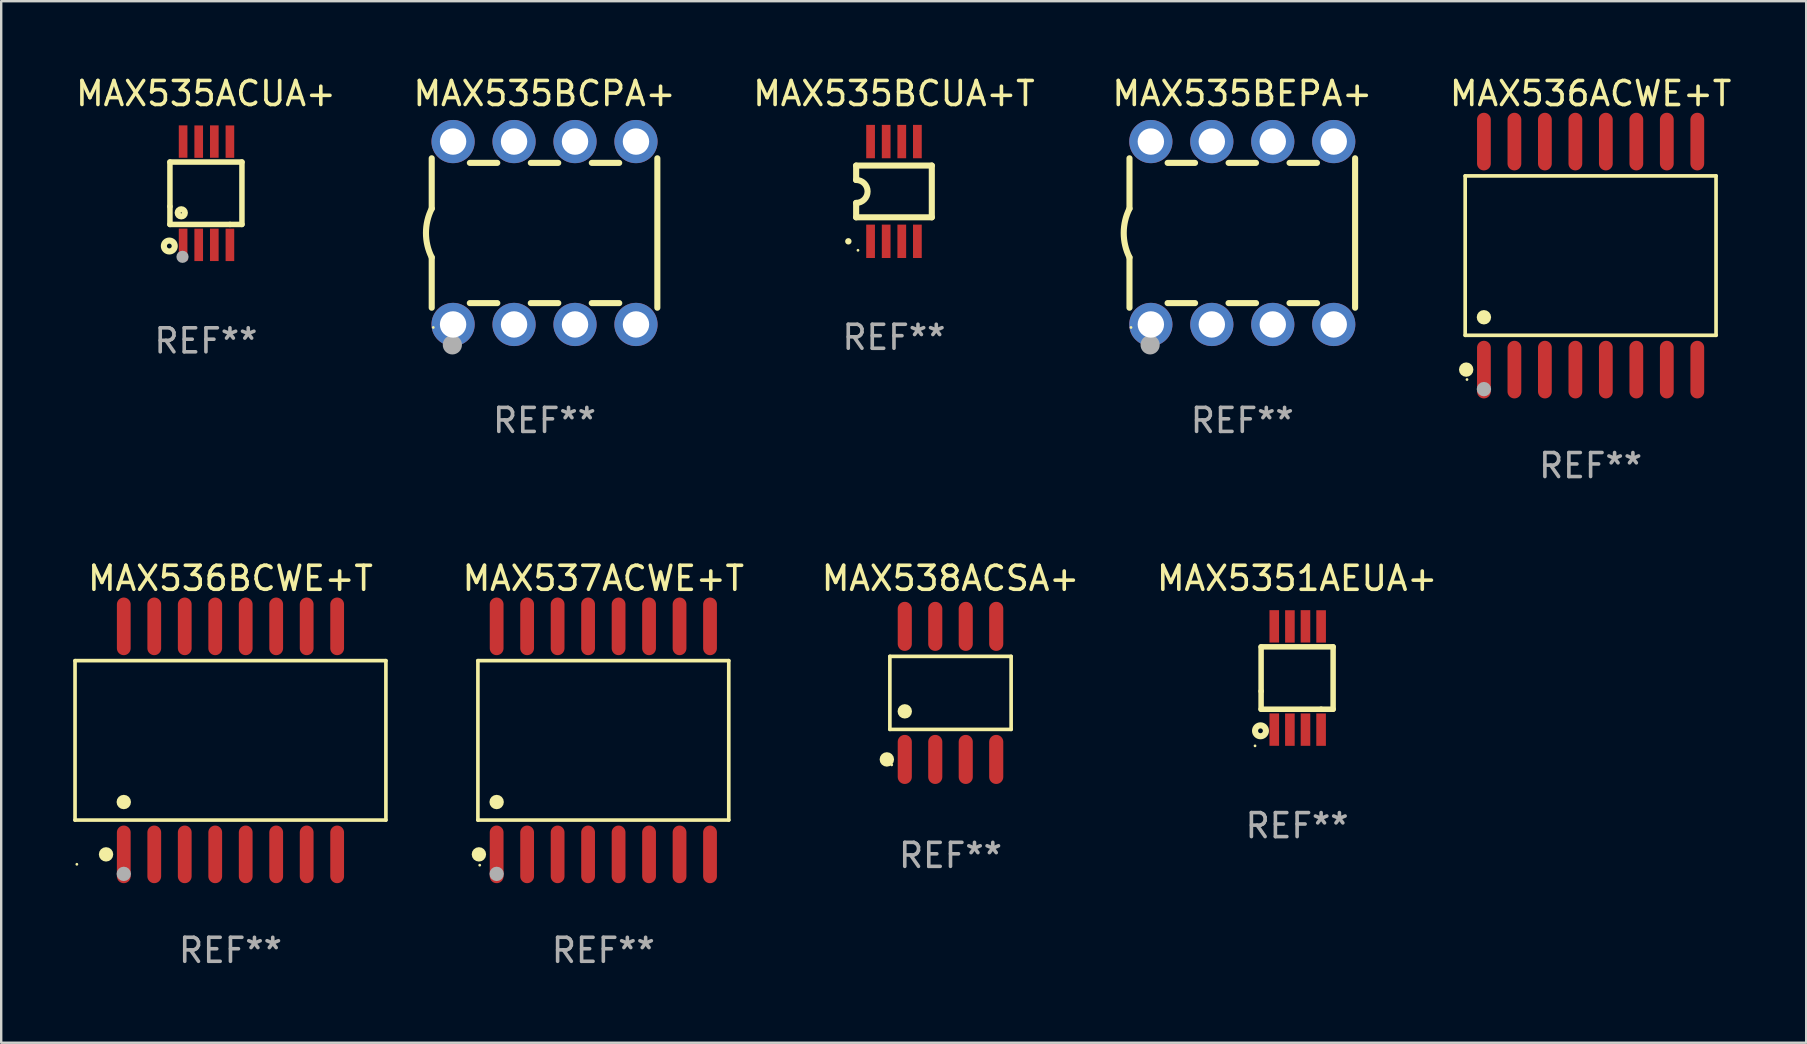
<source format=kicad_pcb>
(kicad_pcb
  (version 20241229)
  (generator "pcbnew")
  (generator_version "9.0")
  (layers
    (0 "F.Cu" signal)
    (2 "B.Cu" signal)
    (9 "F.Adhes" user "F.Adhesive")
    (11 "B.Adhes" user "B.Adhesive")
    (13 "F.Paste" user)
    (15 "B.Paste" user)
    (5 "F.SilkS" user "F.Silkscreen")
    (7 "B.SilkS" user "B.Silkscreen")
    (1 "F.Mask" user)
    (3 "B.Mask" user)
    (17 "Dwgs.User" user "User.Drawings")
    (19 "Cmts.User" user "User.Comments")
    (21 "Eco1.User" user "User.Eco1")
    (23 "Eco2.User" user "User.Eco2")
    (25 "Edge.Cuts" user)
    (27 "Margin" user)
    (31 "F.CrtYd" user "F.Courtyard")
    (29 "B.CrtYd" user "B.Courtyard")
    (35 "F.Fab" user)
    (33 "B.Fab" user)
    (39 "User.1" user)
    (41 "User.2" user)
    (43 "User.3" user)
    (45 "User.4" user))
  (footprint "MAX5351AEUA+"
    (layer "F.Cu")
    (at 50.992 25.198)
    (property "Reference" "MAX5351AEUA+" (at 0 -4.152 0) (layer "F.SilkS") (effects (font (size 1 1) (thickness 0.15))))
    (attr through_hole)
    (fp_line (start -1.5 1.301) (end 1 1.301) (stroke (width 0.229) (type solid)) (layer "F.SilkS"))
    (fp_line (start -1.5 -1.299) (end -1.5 0.551) (stroke (width 0.229) (type solid)) (layer "F.SilkS"))
    (fp_line (start -1.5 0.551) (end -1.5 1.301) (stroke (width 0.229) (type solid)) (layer "F.SilkS"))
    (fp_line (start 1 1.301) (end 1.5 1.301) (stroke (width 0.229) (type solid)) (layer "F.SilkS"))
    (fp_line (start 1.5 1.301) (end 1.5 -1.299) (stroke (width 0.229) (type solid)) (layer "F.SilkS"))
    (fp_line (start 1.5 -1.299) (end -1.5 -1.299) (stroke (width 0.229) (type solid)) (layer "F.SilkS"))
    (fp_circle (center -1.753 2.827) (end -1.723 2.827) (stroke (width 0.06) (type solid)) (fill no) (layer "F.SilkS"))
    (fp_circle (center -1.526 2.2) (end -1.426 2.2) (stroke (width 0.254) (type solid)) (fill no) (layer "F.SilkS"))
    (fp_text user "REF**" (at 0 6.152 0) (layer "F.Fab") (effects (font (size 1 1) (thickness 0.15))))
    (pad "1" smd rect (at -0.951 2.15) (size 0.4 1.349) (layers "F.Cu" "F.Mask" "F.Paste"))
    (pad "2" smd rect (at -0.301 2.152) (size 0.4 1.349) (layers "F.Cu" "F.Mask" "F.Paste"))
    (pad "3" smd rect (at 0.349 2.151) (size 0.4 1.349) (layers "F.Cu" "F.Mask" "F.Paste"))
    (pad "4" smd rect (at 0.999 2.152) (size 0.4 1.349) (layers "F.Cu" "F.Mask" "F.Paste"))
    (pad "5" smd rect (at 1 -2.149) (size 0.4 1.349) (layers "F.Cu" "F.Mask" "F.Paste"))
    (pad "6" smd rect (at 0.348 -2.152) (size 0.4 1.349) (layers "F.Cu" "F.Mask" "F.Paste"))
    (pad "7" smd rect (at -0.3 -2.149) (size 0.4 1.349) (layers "F.Cu" "F.Mask" "F.Paste"))
    (pad "8" smd rect (at -0.952 -2.152) (size 0.4 1.349) (layers "F.Cu" "F.Mask" "F.Paste")))
  (footprint "MAX536BCWE+T"
    (layer "F.Cu")
    (at 6.552 27.796)
    (property "Reference" "MAX536BCWE+T" (at 0 -6.75 0) (layer "F.SilkS") (effects (font (size 1 1) (thickness 0.15))))
    (attr through_hole)
    (fp_line (start -6.476 -3.321) (end 6.476 -3.321) (stroke (width 0.152) (type solid)) (layer "F.SilkS"))
    (fp_line (start -6.476 3.321) (end -6.476 -3.321) (stroke (width 0.152) (type solid)) (layer "F.SilkS"))
    (fp_line (start 6.476 -3.321) (end 6.476 3.321) (stroke (width 0.152) (type solid)) (layer "F.SilkS"))
    (fp_line (start 6.476 3.321) (end -6.476 3.321) (stroke (width 0.152) (type solid)) (layer "F.SilkS"))
    (fp_circle (center -6.4 5.163) (end -6.37 5.163) (stroke (width 0.06) (type solid)) (fill no) (layer "F.SilkS"))
    (fp_circle (center -5.184 4.75) (end -5.034 4.75) (stroke (width 0.3) (type solid)) (fill no) (layer "F.SilkS"))
    (fp_circle (center -4.445 2.569) (end -4.295 2.569) (stroke (width 0.3) (type solid)) (fill no) (layer "F.SilkS"))
    (fp_circle (center -4.445 5.563) (end -4.295 5.563) (stroke (width 0.3) (type solid)) (fill no) (layer "F.Fab"))
    (fp_text user "REF**" (at 0 8.75 0) (layer "F.Fab") (effects (font (size 1 1) (thickness 0.15))))
    (pad "1" smd oval (at -4.445 4.75) (size 0.574 2.401) (layers "F.Cu" "F.Mask" "F.Paste"))
    (pad "2" smd oval (at -3.175 4.75) (size 0.574 2.401) (layers "F.Cu" "F.Mask" "F.Paste"))
    (pad "3" smd oval (at -1.905 4.75) (size 0.574 2.401) (layers "F.Cu" "F.Mask" "F.Paste"))
    (pad "4" smd oval (at -0.635 4.75) (size 0.574 2.401) (layers "F.Cu" "F.Mask" "F.Paste"))
    (pad "5" smd oval (at 0.635 4.75) (size 0.574 2.401) (layers "F.Cu" "F.Mask" "F.Paste"))
    (pad "6" smd oval (at 1.905 4.75) (size 0.574 2.401) (layers "F.Cu" "F.Mask" "F.Paste"))
    (pad "7" smd oval (at 3.175 4.75) (size 0.574 2.401) (layers "F.Cu" "F.Mask" "F.Paste"))
    (pad "8" smd oval (at 4.445 4.75) (size 0.574 2.401) (layers "F.Cu" "F.Mask" "F.Paste"))
    (pad "9" smd oval (at 4.445 -4.75) (size 0.574 2.401) (layers "F.Cu" "F.Mask" "F.Paste"))
    (pad "10" smd oval (at 3.175 -4.75) (size 0.574 2.401) (layers "F.Cu" "F.Mask" "F.Paste"))
    (pad "11" smd oval (at 1.905 -4.75) (size 0.574 2.401) (layers "F.Cu" "F.Mask" "F.Paste"))
    (pad "12" smd oval (at 0.635 -4.75) (size 0.574 2.401) (layers "F.Cu" "F.Mask" "F.Paste"))
    (pad "13" smd oval (at -0.635 -4.75) (size 0.574 2.401) (layers "F.Cu" "F.Mask" "F.Paste"))
    (pad "14" smd oval (at -1.905 -4.75) (size 0.574 2.401) (layers "F.Cu" "F.Mask" "F.Paste"))
    (pad "15" smd oval (at -3.175 -4.75) (size 0.574 2.401) (layers "F.Cu" "F.Mask" "F.Paste"))
    (pad "16" smd oval (at -4.445 -4.75) (size 0.574 2.401) (layers "F.Cu" "F.Mask" "F.Paste")))
  (footprint "MAX535BCUA+T"
    (layer "F.Cu")
    (at 34.196 4.926)
    (property "Reference" "MAX535BCUA+T" (at 0 -4.078 0) (layer "F.SilkS") (effects (font (size 1 1) (thickness 0.15))))
    (attr through_hole)
    (fp_line (start -1.576 -1.078) (end -1.576 -0.478) (stroke (width 0.254) (type solid)) (layer "F.SilkS"))
    (fp_line (start -1.576 -1.078) (end 1.576 -1.078) (stroke (width 0.254) (type solid)) (layer "F.SilkS"))
    (fp_line (start -1.576 1.078) (end -1.576 0.478) (stroke (width 0.254) (type solid)) (layer "F.SilkS"))
    (fp_line (start 1.576 -1.078) (end 1.576 1.078) (stroke (width 0.254) (type solid)) (layer "F.SilkS"))
    (fp_line (start 1.576 1.078) (end -1.576 1.078) (stroke (width 0.254) (type solid)) (layer "F.SilkS"))
    (fp_arc (start -1.577343 -0.47752) (mid -1.099721 -0.000481) (end -1.5762 0.477699) (stroke (width 0.254001) (type solid)) (layer "F.SilkS"))
    (fp_circle (center -1.901 2.078) (end -1.834 2.078) (stroke (width 0.134) (type solid)) (fill no) (layer "F.SilkS"))
    (fp_circle (center -1.5 2.452) (end -1.47 2.452) (stroke (width 0.06) (type solid)) (fill no) (layer "F.SilkS"))
    (fp_text user "REF**" (at 0 6.078 0) (layer "F.Fab") (effects (font (size 1 1) (thickness 0.15))))
    (pad "1" smd rect (at -0.975 2.078) (size 0.364 1.391) (layers "F.Cu" "F.Mask" "F.Paste"))
    (pad "2" smd rect (at -0.325 2.078) (size 0.364 1.391) (layers "F.Cu" "F.Mask" "F.Paste"))
    (pad "3" smd rect (at 0.325 2.078) (size 0.364 1.391) (layers "F.Cu" "F.Mask" "F.Paste"))
    (pad "4" smd rect (at 0.975 2.078) (size 0.364 1.391) (layers "F.Cu" "F.Mask" "F.Paste"))
    (pad "5" smd rect (at 0.975 -2.078) (size 0.364 1.391) (layers "F.Cu" "F.Mask" "F.Paste"))
    (pad "6" smd rect (at 0.325 -2.078) (size 0.364 1.391) (layers "F.Cu" "F.Mask" "F.Paste"))
    (pad "7" smd rect (at -0.325 -2.078) (size 0.364 1.391) (layers "F.Cu" "F.Mask" "F.Paste"))
    (pad "8" smd rect (at -0.975 -2.078) (size 0.364 1.391) (layers "F.Cu" "F.Mask" "F.Paste")))
  (footprint "MAX535BEPA+"
    (layer "F.Cu")
    (at 48.708 6.658)
    (property "Reference" "MAX535BEPA+" (at 0 -5.81 0) (layer "F.SilkS") (effects (font (size 1 1) (thickness 0.15))))
    (attr through_hole)
    (fp_line (start -4.7 -1.017) (end -4.7 -3.113) (stroke (width 0.254) (type solid)) (layer "F.SilkS"))
    (fp_line (start -4.7 1.015) (end -4.7 3.113) (stroke (width 0.254) (type solid)) (layer "F.SilkS"))
    (fp_line (start -3.113 2.92) (end -1.967 2.92) (stroke (width 0.254) (type solid)) (layer "F.SilkS"))
    (fp_line (start -3.111 -2.922) (end -1.969 -2.922) (stroke (width 0.254) (type solid)) (layer "F.SilkS"))
    (fp_line (start -0.573 2.92) (end 0.573 2.92) (stroke (width 0.254) (type solid)) (layer "F.SilkS"))
    (fp_line (start -0.571 -2.922) (end 0.571 -2.922) (stroke (width 0.254) (type solid)) (layer "F.SilkS"))
    (fp_line (start 1.967 2.92) (end 3.113 2.92) (stroke (width 0.254) (type solid)) (layer "F.SilkS"))
    (fp_line (start 1.969 -2.922) (end 3.111 -2.922) (stroke (width 0.254) (type solid)) (layer "F.SilkS"))
    (fp_line (start 4.7 -3.113) (end 4.7 3.113) (stroke (width 0.254) (type solid)) (layer "F.SilkS"))
    (fp_arc (start -4.7 1.01524) (mid -4.939846 -0.000762) (end -4.7 -1.016764) (stroke (width 0.254001) (type solid)) (layer "F.SilkS"))
    (fp_circle (center -4.636 3.935) (end -4.606 3.935) (stroke (width 0.06) (type solid)) (fill no) (layer "F.SilkS"))
    (fp_circle (center -3.84 4.66) (end -3.64 4.66) (stroke (width 0.4) (type solid)) (fill no) (layer "F.Fab"))
    (fp_text user "REF**" (at 0 7.81 0) (layer "F.Fab") (effects (font (size 1 1) (thickness 0.15))))
    (pad "1" thru_hole circle (at -3.81 3.81) (size 1.8 1.8) (drill 1.1) (layers "*.Cu" "*.Mask"))
    (pad "2" thru_hole circle (at -1.27 3.81) (size 1.8 1.8) (drill 1.1) (layers "*.Cu" "*.Mask"))
    (pad "3" thru_hole circle (at 1.27 3.81) (size 1.8 1.8) (drill 1.1) (layers "*.Cu" "*.Mask"))
    (pad "4" thru_hole circle (at 3.81 3.81) (size 1.8 1.8) (drill 1.1) (layers "*.Cu" "*.Mask"))
    (pad "5" thru_hole circle (at 3.81 -3.81) (size 1.8 1.8) (drill 1.1) (layers "*.Cu" "*.Mask"))
    (pad "6" thru_hole circle (at 1.27 -3.81) (size 1.8 1.8) (drill 1.1) (layers "*.Cu" "*.Mask"))
    (pad "7" thru_hole circle (at -1.27 -3.81) (size 1.8 1.8) (drill 1.1) (layers "*.Cu" "*.Mask"))
    (pad "8" thru_hole circle (at -3.81 -3.81) (size 1.8 1.8) (drill 1.1) (layers "*.Cu" "*.Mask")))
  (footprint "MAX535BCPA+"
    (layer "F.Cu")
    (at 19.637 6.658)
    (property "Reference" "MAX535BCPA+" (at 0 -5.81 0) (layer "F.SilkS") (effects (font (size 1 1) (thickness 0.15))))
    (attr through_hole)
    (fp_line (start -4.7 -1.017) (end -4.7 -3.113) (stroke (width 0.254) (type solid)) (layer "F.SilkS"))
    (fp_line (start -4.7 1.015) (end -4.7 3.113) (stroke (width 0.254) (type solid)) (layer "F.SilkS"))
    (fp_line (start -3.113 2.92) (end -1.967 2.92) (stroke (width 0.254) (type solid)) (layer "F.SilkS"))
    (fp_line (start -3.111 -2.922) (end -1.969 -2.922) (stroke (width 0.254) (type solid)) (layer "F.SilkS"))
    (fp_line (start -0.573 2.92) (end 0.573 2.92) (stroke (width 0.254) (type solid)) (layer "F.SilkS"))
    (fp_line (start -0.571 -2.922) (end 0.571 -2.922) (stroke (width 0.254) (type solid)) (layer "F.SilkS"))
    (fp_line (start 1.967 2.92) (end 3.113 2.92) (stroke (width 0.254) (type solid)) (layer "F.SilkS"))
    (fp_line (start 1.969 -2.922) (end 3.111 -2.922) (stroke (width 0.254) (type solid)) (layer "F.SilkS"))
    (fp_line (start 4.7 -3.113) (end 4.7 3.113) (stroke (width 0.254) (type solid)) (layer "F.SilkS"))
    (fp_arc (start -4.7 1.01524) (mid -4.939846 -0.000762) (end -4.7 -1.016764) (stroke (width 0.254001) (type solid)) (layer "F.SilkS"))
    (fp_circle (center -4.636 3.935) (end -4.606 3.935) (stroke (width 0.06) (type solid)) (fill no) (layer "F.SilkS"))
    (fp_circle (center -3.84 4.66) (end -3.64 4.66) (stroke (width 0.4) (type solid)) (fill no) (layer "F.Fab"))
    (fp_text user "REF**" (at 0 7.81 0) (layer "F.Fab") (effects (font (size 1 1) (thickness 0.15))))
    (pad "1" thru_hole circle (at -3.81 3.81) (size 1.8 1.8) (drill 1.1) (layers "*.Cu" "*.Mask"))
    (pad "2" thru_hole circle (at -1.27 3.81) (size 1.8 1.8) (drill 1.1) (layers "*.Cu" "*.Mask"))
    (pad "3" thru_hole circle (at 1.27 3.81) (size 1.8 1.8) (drill 1.1) (layers "*.Cu" "*.Mask"))
    (pad "4" thru_hole circle (at 3.81 3.81) (size 1.8 1.8) (drill 1.1) (layers "*.Cu" "*.Mask"))
    (pad "5" thru_hole circle (at 3.81 -3.81) (size 1.8 1.8) (drill 1.1) (layers "*.Cu" "*.Mask"))
    (pad "6" thru_hole circle (at 1.27 -3.81) (size 1.8 1.8) (drill 1.1) (layers "*.Cu" "*.Mask"))
    (pad "7" thru_hole circle (at -1.27 -3.81) (size 1.8 1.8) (drill 1.1) (layers "*.Cu" "*.Mask"))
    (pad "8" thru_hole circle (at -3.81 -3.81) (size 1.8 1.8) (drill 1.1) (layers "*.Cu" "*.Mask")))
  (footprint "MAX538ACSA+"
    (layer "F.Cu")
    (at 36.551 25.818)
    (property "Reference" "MAX538ACSA+" (at 0 -4.772 0) (layer "F.SilkS") (effects (font (size 1 1) (thickness 0.15))))
    (attr through_hole)
    (fp_line (start -2.526 -1.521) (end 2.526 -1.521) (stroke (width 0.152) (type solid)) (layer "F.SilkS"))
    (fp_line (start -2.526 1.521) (end -2.526 -1.521) (stroke (width 0.152) (type solid)) (layer "F.SilkS"))
    (fp_line (start 2.526 -1.521) (end 2.526 1.521) (stroke (width 0.152) (type solid)) (layer "F.SilkS"))
    (fp_line (start 2.526 1.521) (end -2.526 1.521) (stroke (width 0.152) (type solid)) (layer "F.SilkS"))
    (fp_circle (center -2.652 2.772) (end -2.501 2.772) (stroke (width 0.3) (type solid)) (fill no) (layer "F.SilkS"))
    (fp_circle (center -2.45 3) (end -2.42 3) (stroke (width 0.06) (type solid)) (fill no) (layer "F.SilkS"))
    (fp_circle (center -1.905 0.769) (end -1.755 0.769) (stroke (width 0.3) (type solid)) (fill no) (layer "F.SilkS"))
    (fp_text user "REF**" (at 0 6.772 0) (layer "F.Fab") (effects (font (size 1 1) (thickness 0.15))))
    (pad "1" smd oval (at -1.905 2.772) (size 0.588 2.045) (layers "F.Cu" "F.Mask" "F.Paste"))
    (pad "2" smd oval (at -0.635 2.772) (size 0.588 2.045) (layers "F.Cu" "F.Mask" "F.Paste"))
    (pad "3" smd oval (at 0.635 2.772) (size 0.588 2.045) (layers "F.Cu" "F.Mask" "F.Paste"))
    (pad "4" smd oval (at 1.905 2.772) (size 0.588 2.045) (layers "F.Cu" "F.Mask" "F.Paste"))
    (pad "5" smd oval (at 1.905 -2.772) (size 0.588 2.045) (layers "F.Cu" "F.Mask" "F.Paste"))
    (pad "6" smd oval (at 0.635 -2.772) (size 0.588 2.045) (layers "F.Cu" "F.Mask" "F.Paste"))
    (pad "7" smd oval (at -0.635 -2.772) (size 0.588 2.045) (layers "F.Cu" "F.Mask" "F.Paste"))
    (pad "8" smd oval (at -1.905 -2.772) (size 0.588 2.045) (layers "F.Cu" "F.Mask" "F.Paste")))
  (footprint "MAX535ACUA+"
    (layer "F.Cu")
    (at 5.53 5)
    (property "Reference" "MAX535ACUA+" (at 0 -4.152 0) (layer "F.SilkS") (effects (font (size 1 1) (thickness 0.15))))
    (attr through_hole)
    (fp_line (start -1.5 1.301) (end 1 1.301) (stroke (width 0.229) (type solid)) (layer "F.SilkS"))
    (fp_line (start -1.5 -1.299) (end -1.5 0.551) (stroke (width 0.229) (type solid)) (layer "F.SilkS"))
    (fp_line (start -1.5 0.551) (end -1.5 1.301) (stroke (width 0.229) (type solid)) (layer "F.SilkS"))
    (fp_line (start 1 1.301) (end 1.5 1.301) (stroke (width 0.229) (type solid)) (layer "F.SilkS"))
    (fp_line (start 1.5 1.301) (end 1.5 -1.299) (stroke (width 0.229) (type solid)) (layer "F.SilkS"))
    (fp_line (start 1.5 -1.299) (end -1.5 -1.299) (stroke (width 0.229) (type solid)) (layer "F.SilkS"))
    (fp_circle (center -1.526 2.2) (end -1.426 2.2) (stroke (width 0.254) (type solid)) (fill no) (layer "F.SilkS"))
    (fp_circle (center -1.476 2.45) (end -1.446 2.45) (stroke (width 0.06) (type solid)) (fill no) (layer "F.SilkS"))
    (fp_circle (center -1.028 0.817) (end -0.878 0.817) (stroke (width 0.254) (type solid)) (fill no) (layer "F.SilkS"))
    (fp_circle (center -0.976 2.65) (end -0.849 2.65) (stroke (width 0.254) (type solid)) (fill no) (layer "F.Fab"))
    (fp_text user "REF**" (at 0 6.152 0) (layer "F.Fab") (effects (font (size 1 1) (thickness 0.15))))
    (pad "1" smd rect (at -0.951 2.15) (size 0.36 1.35) (layers "F.Cu" "F.Mask" "F.Paste"))
    (pad "2" smd rect (at -0.301 2.152) (size 0.36 1.35) (layers "F.Cu" "F.Mask" "F.Paste"))
    (pad "3" smd rect (at 0.349 2.151) (size 0.36 1.35) (layers "F.Cu" "F.Mask" "F.Paste"))
    (pad "4" smd rect (at 0.999 2.152) (size 0.36 1.35) (layers "F.Cu" "F.Mask" "F.Paste"))
    (pad "5" smd rect (at 0.999 -2.149) (size 0.36 1.35) (layers "F.Cu" "F.Mask" "F.Paste"))
    (pad "6" smd rect (at 0.349 -2.152) (size 0.36 1.35) (layers "F.Cu" "F.Mask" "F.Paste"))
    (pad "7" smd rect (at -0.301 -2.149) (size 0.36 1.35) (layers "F.Cu" "F.Mask" "F.Paste"))
    (pad "8" smd rect (at -0.951 -2.152) (size 0.36 1.35) (layers "F.Cu" "F.Mask" "F.Paste")))
  (footprint "MAX537ACWE+T"
    (layer "F.Cu")
    (at 22.087 27.796)
    (property "Reference" "MAX537ACWE+T" (at 0 -6.75 0) (layer "F.SilkS") (effects (font (size 1 1) (thickness 0.15))))
    (attr through_hole)
    (fp_line (start -5.226 -3.321) (end 5.226 -3.321) (stroke (width 0.152) (type solid)) (layer "F.SilkS"))
    (fp_line (start -5.226 3.321) (end -5.226 -3.321) (stroke (width 0.152) (type solid)) (layer "F.SilkS"))
    (fp_line (start 5.226 -3.321) (end 5.226 3.321) (stroke (width 0.152) (type solid)) (layer "F.SilkS"))
    (fp_line (start 5.226 3.321) (end -5.226 3.321) (stroke (width 0.152) (type solid)) (layer "F.SilkS"))
    (fp_circle (center -5.184 4.75) (end -5.034 4.75) (stroke (width 0.3) (type solid)) (fill no) (layer "F.SilkS"))
    (fp_circle (center -5.15 5.2) (end -5.12 5.2) (stroke (width 0.06) (type solid)) (fill no) (layer "F.SilkS"))
    (fp_circle (center -4.445 2.569) (end -4.295 2.569) (stroke (width 0.3) (type solid)) (fill no) (layer "F.SilkS"))
    (fp_circle (center -4.445 5.563) (end -4.295 5.563) (stroke (width 0.3) (type solid)) (fill no) (layer "F.Fab"))
    (fp_text user "REF**" (at 0 8.75 0) (layer "F.Fab") (effects (font (size 1 1) (thickness 0.15))))
    (pad "1" smd oval (at -4.445 4.75) (size 0.574 2.401) (layers "F.Cu" "F.Mask" "F.Paste"))
    (pad "2" smd oval (at -3.175 4.75) (size 0.574 2.401) (layers "F.Cu" "F.Mask" "F.Paste"))
    (pad "3" smd oval (at -1.905 4.75) (size 0.574 2.401) (layers "F.Cu" "F.Mask" "F.Paste"))
    (pad "4" smd oval (at -0.635 4.75) (size 0.574 2.401) (layers "F.Cu" "F.Mask" "F.Paste"))
    (pad "5" smd oval (at 0.635 4.75) (size 0.574 2.401) (layers "F.Cu" "F.Mask" "F.Paste"))
    (pad "6" smd oval (at 1.905 4.75) (size 0.574 2.401) (layers "F.Cu" "F.Mask" "F.Paste"))
    (pad "7" smd oval (at 3.175 4.75) (size 0.574 2.401) (layers "F.Cu" "F.Mask" "F.Paste"))
    (pad "8" smd oval (at 4.445 4.75) (size 0.574 2.401) (layers "F.Cu" "F.Mask" "F.Paste"))
    (pad "9" smd oval (at 4.445 -4.75) (size 0.574 2.401) (layers "F.Cu" "F.Mask" "F.Paste"))
    (pad "10" smd oval (at 3.175 -4.75) (size 0.574 2.401) (layers "F.Cu" "F.Mask" "F.Paste"))
    (pad "11" smd oval (at 1.905 -4.75) (size 0.574 2.401) (layers "F.Cu" "F.Mask" "F.Paste"))
    (pad "12" smd oval (at 0.635 -4.75) (size 0.574 2.401) (layers "F.Cu" "F.Mask" "F.Paste"))
    (pad "13" smd oval (at -0.635 -4.75) (size 0.574 2.401) (layers "F.Cu" "F.Mask" "F.Paste"))
    (pad "14" smd oval (at -1.905 -4.75) (size 0.574 2.401) (layers "F.Cu" "F.Mask" "F.Paste"))
    (pad "15" smd oval (at -3.175 -4.75) (size 0.574 2.401) (layers "F.Cu" "F.Mask" "F.Paste"))
    (pad "16" smd oval (at -4.445 -4.75) (size 0.574 2.401) (layers "F.Cu" "F.Mask" "F.Paste")))
  (footprint "MAX536ACWE+T"
    (layer "F.Cu")
    (at 63.22 7.599)
    (property "Reference" "MAX536ACWE+T" (at 0 -6.75 0) (layer "F.SilkS") (effects (font (size 1 1) (thickness 0.15))))
    (attr through_hole)
    (fp_line (start -5.226 -3.321) (end 5.226 -3.321) (stroke (width 0.152) (type solid)) (layer "F.SilkS"))
    (fp_line (start -5.226 3.321) (end -5.226 -3.321) (stroke (width 0.152) (type solid)) (layer "F.SilkS"))
    (fp_line (start 5.226 -3.321) (end 5.226 3.321) (stroke (width 0.152) (type solid)) (layer "F.SilkS"))
    (fp_line (start 5.226 3.321) (end -5.226 3.321) (stroke (width 0.152) (type solid)) (layer "F.SilkS"))
    (fp_circle (center -5.184 4.75) (end -5.034 4.75) (stroke (width 0.3) (type solid)) (fill no) (layer "F.SilkS"))
    (fp_circle (center -5.15 5.163) (end -5.12 5.163) (stroke (width 0.06) (type solid)) (fill no) (layer "F.SilkS"))
    (fp_circle (center -4.445 2.569) (end -4.295 2.569) (stroke (width 0.3) (type solid)) (fill no) (layer "F.SilkS"))
    (fp_circle (center -4.445 5.563) (end -4.295 5.563) (stroke (width 0.3) (type solid)) (fill no) (layer "F.Fab"))
    (fp_text user "REF**" (at 0 8.75 0) (layer "F.Fab") (effects (font (size 1 1) (thickness 0.15))))
    (pad "1" smd oval (at -4.445 4.75) (size 0.574 2.401) (layers "F.Cu" "F.Mask" "F.Paste"))
    (pad "2" smd oval (at -3.175 4.75) (size 0.574 2.401) (layers "F.Cu" "F.Mask" "F.Paste"))
    (pad "3" smd oval (at -1.905 4.75) (size 0.574 2.401) (layers "F.Cu" "F.Mask" "F.Paste"))
    (pad "4" smd oval (at -0.635 4.75) (size 0.574 2.401) (layers "F.Cu" "F.Mask" "F.Paste"))
    (pad "5" smd oval (at 0.635 4.75) (size 0.574 2.401) (layers "F.Cu" "F.Mask" "F.Paste"))
    (pad "6" smd oval (at 1.905 4.75) (size 0.574 2.401) (layers "F.Cu" "F.Mask" "F.Paste"))
    (pad "7" smd oval (at 3.175 4.75) (size 0.574 2.401) (layers "F.Cu" "F.Mask" "F.Paste"))
    (pad "8" smd oval (at 4.445 4.75) (size 0.574 2.401) (layers "F.Cu" "F.Mask" "F.Paste"))
    (pad "9" smd oval (at 4.445 -4.75) (size 0.574 2.401) (layers "F.Cu" "F.Mask" "F.Paste"))
    (pad "10" smd oval (at 3.175 -4.75) (size 0.574 2.401) (layers "F.Cu" "F.Mask" "F.Paste"))
    (pad "11" smd oval (at 1.905 -4.75) (size 0.574 2.401) (layers "F.Cu" "F.Mask" "F.Paste"))
    (pad "12" smd oval (at 0.635 -4.75) (size 0.574 2.401) (layers "F.Cu" "F.Mask" "F.Paste"))
    (pad "13" smd oval (at -0.635 -4.75) (size 0.574 2.401) (layers "F.Cu" "F.Mask" "F.Paste"))
    (pad "14" smd oval (at -1.905 -4.75) (size 0.574 2.401) (layers "F.Cu" "F.Mask" "F.Paste"))
    (pad "15" smd oval (at -3.175 -4.75) (size 0.574 2.401) (layers "F.Cu" "F.Mask" "F.Paste"))
    (pad "16" smd oval (at -4.445 -4.75) (size 0.574 2.401) (layers "F.Cu" "F.Mask" "F.Paste")))
  (gr_rect
    (start -3 -3)
    (end 72.202 40.394)
    (stroke (width 0.1) (type default))
    (fill no)
    (layer "Edge.Cuts")))
</source>
